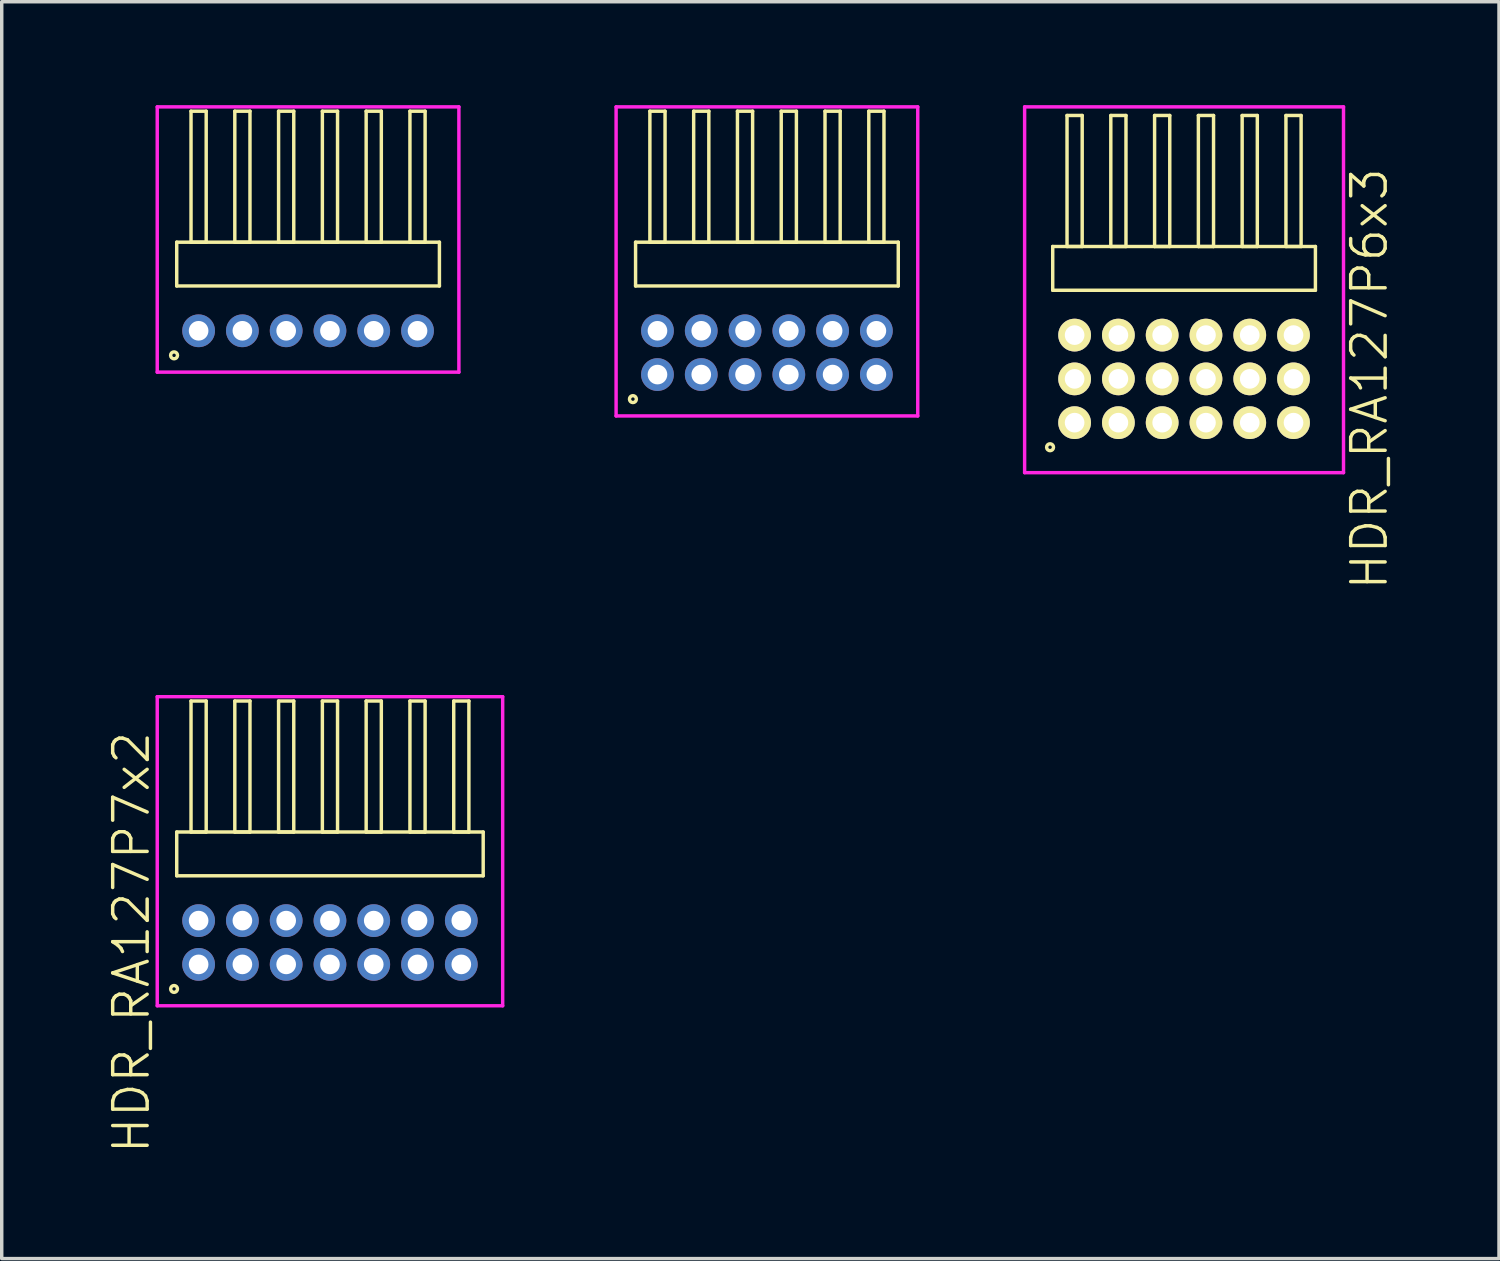
<source format=kicad_pcb>
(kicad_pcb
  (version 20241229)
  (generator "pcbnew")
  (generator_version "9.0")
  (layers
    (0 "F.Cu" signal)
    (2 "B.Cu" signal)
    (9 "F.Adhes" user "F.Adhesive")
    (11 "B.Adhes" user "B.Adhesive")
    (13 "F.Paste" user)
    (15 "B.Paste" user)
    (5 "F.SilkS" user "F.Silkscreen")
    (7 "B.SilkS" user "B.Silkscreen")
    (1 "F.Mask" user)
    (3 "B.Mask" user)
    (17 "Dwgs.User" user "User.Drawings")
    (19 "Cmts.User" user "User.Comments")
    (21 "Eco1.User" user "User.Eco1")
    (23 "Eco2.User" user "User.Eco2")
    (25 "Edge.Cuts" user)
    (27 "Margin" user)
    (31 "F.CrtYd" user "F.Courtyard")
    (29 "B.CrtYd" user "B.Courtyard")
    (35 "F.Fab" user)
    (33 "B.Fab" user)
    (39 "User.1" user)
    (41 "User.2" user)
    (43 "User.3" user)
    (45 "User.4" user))
  (footprint "HDR_RA127P6x3"
    (layer "F.Cu")
    (at 31.296 7.94)
    (property "Reference" "HDR_RA127P6x3" (at 5.375 0 90) (layer "F.SilkS") (effects (font (size 1 1) (thickness 0.1))))
    (attr through_hole)
    (fp_line (start -3.81 -3.84) (end -3.81 -2.57) (stroke (width 0.1) (type solid)) (layer "F.SilkS"))
    (fp_line (start -3.81 -2.57) (end 3.81 -2.57) (stroke (width 0.1) (type solid)) (layer "F.SilkS"))
    (fp_line (start -3.395 -7.64) (end -3.395 -3.84) (stroke (width 0.1) (type solid)) (layer "F.SilkS"))
    (fp_line (start -3.395 -3.84) (end -2.955 -3.84) (stroke (width 0.1) (type solid)) (layer "F.SilkS"))
    (fp_line (start -2.955 -7.64) (end -3.395 -7.64) (stroke (width 0.1) (type solid)) (layer "F.SilkS"))
    (fp_line (start -2.955 -3.84) (end -2.955 -7.64) (stroke (width 0.1) (type solid)) (layer "F.SilkS"))
    (fp_line (start -2.125 -7.64) (end -2.125 -3.84) (stroke (width 0.1) (type solid)) (layer "F.SilkS"))
    (fp_line (start -2.125 -3.84) (end -1.685 -3.84) (stroke (width 0.1) (type solid)) (layer "F.SilkS"))
    (fp_line (start -1.685 -7.64) (end -2.125 -7.64) (stroke (width 0.1) (type solid)) (layer "F.SilkS"))
    (fp_line (start -1.685 -3.84) (end -1.685 -7.64) (stroke (width 0.1) (type solid)) (layer "F.SilkS"))
    (fp_line (start -0.855 -7.64) (end -0.855 -3.84) (stroke (width 0.1) (type solid)) (layer "F.SilkS"))
    (fp_line (start -0.855 -3.84) (end -0.415 -3.84) (stroke (width 0.1) (type solid)) (layer "F.SilkS"))
    (fp_line (start -0.415 -7.64) (end -0.855 -7.64) (stroke (width 0.1) (type solid)) (layer "F.SilkS"))
    (fp_line (start -0.415 -3.84) (end -0.415 -7.64) (stroke (width 0.1) (type solid)) (layer "F.SilkS"))
    (fp_line (start 0.415 -7.64) (end 0.415 -3.84) (stroke (width 0.1) (type solid)) (layer "F.SilkS"))
    (fp_line (start 0.415 -3.84) (end 0.855 -3.84) (stroke (width 0.1) (type solid)) (layer "F.SilkS"))
    (fp_line (start 0.855 -7.64) (end 0.415 -7.64) (stroke (width 0.1) (type solid)) (layer "F.SilkS"))
    (fp_line (start 0.855 -3.84) (end 0.855 -7.64) (stroke (width 0.1) (type solid)) (layer "F.SilkS"))
    (fp_line (start 1.685 -7.64) (end 1.685 -3.84) (stroke (width 0.1) (type solid)) (layer "F.SilkS"))
    (fp_line (start 1.685 -3.84) (end 2.125 -3.84) (stroke (width 0.1) (type solid)) (layer "F.SilkS"))
    (fp_line (start 2.125 -7.64) (end 1.685 -7.64) (stroke (width 0.1) (type solid)) (layer "F.SilkS"))
    (fp_line (start 2.125 -3.84) (end 2.125 -7.64) (stroke (width 0.1) (type solid)) (layer "F.SilkS"))
    (fp_line (start 2.955 -7.64) (end 2.955 -3.84) (stroke (width 0.1) (type solid)) (layer "F.SilkS"))
    (fp_line (start 2.955 -3.84) (end 3.395 -3.84) (stroke (width 0.1) (type solid)) (layer "F.SilkS"))
    (fp_line (start 3.395 -7.64) (end 2.955 -7.64) (stroke (width 0.1) (type solid)) (layer "F.SilkS"))
    (fp_line (start 3.395 -3.84) (end 3.395 -7.64) (stroke (width 0.1) (type solid)) (layer "F.SilkS"))
    (fp_line (start 3.81 -3.84) (end -3.81 -3.84) (stroke (width 0.1) (type solid)) (layer "F.SilkS"))
    (fp_line (start 3.81 -2.57) (end 3.81 -3.84) (stroke (width 0.1) (type solid)) (layer "F.SilkS"))
    (fp_circle (center -3.887 1.983) (end -3.787 1.983) (stroke (width 0.1) (type solid)) (fill no) (layer "F.SilkS"))
    (fp_line (start -4.625 -7.89) (end -4.625 2.72) (stroke (width 0.1) (type solid)) (layer "F.CrtYd"))
    (fp_line (start -4.625 2.72) (end 4.625 2.72) (stroke (width 0.1) (type solid)) (layer "F.CrtYd"))
    (fp_line (start 4.625 -7.89) (end -4.625 -7.89) (stroke (width 0.1) (type solid)) (layer "F.CrtYd"))
    (fp_line (start 4.625 2.72) (end 4.625 -7.89) (stroke (width 0.1) (type solid)) (layer "F.CrtYd"))
    (pad "1" thru_hole oval (at -3.175 1.27) (size 0.95 0.95) (drill 0.57) (layers "*.Cu" "*.Mask" "F.SilkS"))
    (pad "2" thru_hole oval (at -3.175 0) (size 0.95 0.95) (drill 0.57) (layers "*.Cu" "*.Mask" "F.SilkS"))
    (pad "3" thru_hole oval (at -3.175 -1.27) (size 0.95 0.95) (drill 0.57) (layers "*.Cu" "*.Mask" "F.SilkS"))
    (pad "4" thru_hole oval (at -1.905 1.27) (size 0.95 0.95) (drill 0.57) (layers "*.Cu" "*.Mask" "F.SilkS"))
    (pad "5" thru_hole oval (at -1.905 0) (size 0.95 0.95) (drill 0.57) (layers "*.Cu" "*.Mask" "F.SilkS"))
    (pad "6" thru_hole oval (at -1.905 -1.27) (size 0.95 0.95) (drill 0.57) (layers "*.Cu" "*.Mask" "F.SilkS"))
    (pad "7" thru_hole oval (at -0.635 1.27) (size 0.95 0.95) (drill 0.57) (layers "*.Cu" "*.Mask" "F.SilkS"))
    (pad "8" thru_hole oval (at -0.635 0) (size 0.95 0.95) (drill 0.57) (layers "*.Cu" "*.Mask" "F.SilkS"))
    (pad "9" thru_hole oval (at -0.635 -1.27) (size 0.95 0.95) (drill 0.57) (layers "*.Cu" "*.Mask" "F.SilkS"))
    (pad "10" thru_hole oval (at 0.635 1.27) (size 0.95 0.95) (drill 0.57) (layers "*.Cu" "*.Mask" "F.SilkS"))
    (pad "11" thru_hole oval (at 0.635 0) (size 0.95 0.95) (drill 0.57) (layers "*.Cu" "*.Mask" "F.SilkS"))
    (pad "12" thru_hole oval (at 0.635 -1.27) (size 0.95 0.95) (drill 0.57) (layers "*.Cu" "*.Mask" "F.SilkS"))
    (pad "13" thru_hole oval (at 1.905 1.27) (size 0.95 0.95) (drill 0.57) (layers "*.Cu" "*.Mask" "F.SilkS"))
    (pad "14" thru_hole oval (at 1.905 0) (size 0.95 0.95) (drill 0.57) (layers "*.Cu" "*.Mask" "F.SilkS"))
    (pad "15" thru_hole oval (at 1.905 -1.27) (size 0.95 0.95) (drill 0.57) (layers "*.Cu" "*.Mask" "F.SilkS"))
    (pad "16" thru_hole oval (at 3.175 1.27) (size 0.95 0.95) (drill 0.57) (layers "*.Cu" "*.Mask" "F.SilkS"))
    (pad "17" thru_hole oval (at 3.175 0) (size 0.95 0.95) (drill 0.57) (layers "*.Cu" "*.Mask" "F.SilkS"))
    (pad "18" thru_hole oval (at 3.175 -1.27) (size 0.95 0.95) (drill 0.57) (layers "*.Cu" "*.Mask" "F.SilkS")))
  (footprint "HDR_RA127P7x2"
    (layer "F.Cu")
    (at 6.521 24.289)
    (property "Reference" "HDR_RA127P7x2" (at -5.76 0 90) (layer "F.SilkS") (effects (font (size 1 1) (thickness 0.1))))
    (attr through_hole)
    (fp_line (start -4.445 -3.205) (end -4.445 -1.935) (stroke (width 0.1) (type solid)) (layer "F.SilkS"))
    (fp_line (start -4.445 -1.935) (end 4.445 -1.935) (stroke (width 0.1) (type solid)) (layer "F.SilkS"))
    (fp_line (start -4.03 -7.005) (end -4.03 -3.205) (stroke (width 0.1) (type solid)) (layer "F.SilkS"))
    (fp_line (start -4.03 -3.205) (end -3.59 -3.205) (stroke (width 0.1) (type solid)) (layer "F.SilkS"))
    (fp_line (start -3.59 -7.005) (end -4.03 -7.005) (stroke (width 0.1) (type solid)) (layer "F.SilkS"))
    (fp_line (start -3.59 -3.205) (end -3.59 -7.005) (stroke (width 0.1) (type solid)) (layer "F.SilkS"))
    (fp_line (start -2.76 -7.005) (end -2.76 -3.205) (stroke (width 0.1) (type solid)) (layer "F.SilkS"))
    (fp_line (start -2.76 -3.205) (end -2.32 -3.205) (stroke (width 0.1) (type solid)) (layer "F.SilkS"))
    (fp_line (start -2.32 -7.005) (end -2.76 -7.005) (stroke (width 0.1) (type solid)) (layer "F.SilkS"))
    (fp_line (start -2.32 -3.205) (end -2.32 -7.005) (stroke (width 0.1) (type solid)) (layer "F.SilkS"))
    (fp_line (start -1.49 -7.005) (end -1.49 -3.205) (stroke (width 0.1) (type solid)) (layer "F.SilkS"))
    (fp_line (start -1.49 -3.205) (end -1.05 -3.205) (stroke (width 0.1) (type solid)) (layer "F.SilkS"))
    (fp_line (start -1.05 -7.005) (end -1.49 -7.005) (stroke (width 0.1) (type solid)) (layer "F.SilkS"))
    (fp_line (start -1.05 -3.205) (end -1.05 -7.005) (stroke (width 0.1) (type solid)) (layer "F.SilkS"))
    (fp_line (start -0.22 -7.005) (end -0.22 -3.205) (stroke (width 0.1) (type solid)) (layer "F.SilkS"))
    (fp_line (start -0.22 -3.205) (end 0.22 -3.205) (stroke (width 0.1) (type solid)) (layer "F.SilkS"))
    (fp_line (start 0.22 -7.005) (end -0.22 -7.005) (stroke (width 0.1) (type solid)) (layer "F.SilkS"))
    (fp_line (start 0.22 -3.205) (end 0.22 -7.005) (stroke (width 0.1) (type solid)) (layer "F.SilkS"))
    (fp_line (start 1.05 -7.005) (end 1.05 -3.205) (stroke (width 0.1) (type solid)) (layer "F.SilkS"))
    (fp_line (start 1.05 -3.205) (end 1.49 -3.205) (stroke (width 0.1) (type solid)) (layer "F.SilkS"))
    (fp_line (start 1.49 -7.005) (end 1.05 -7.005) (stroke (width 0.1) (type solid)) (layer "F.SilkS"))
    (fp_line (start 1.49 -3.205) (end 1.49 -7.005) (stroke (width 0.1) (type solid)) (layer "F.SilkS"))
    (fp_line (start 2.32 -7.005) (end 2.32 -3.205) (stroke (width 0.1) (type solid)) (layer "F.SilkS"))
    (fp_line (start 2.32 -3.205) (end 2.76 -3.205) (stroke (width 0.1) (type solid)) (layer "F.SilkS"))
    (fp_line (start 2.76 -7.005) (end 2.32 -7.005) (stroke (width 0.1) (type solid)) (layer "F.SilkS"))
    (fp_line (start 2.76 -3.205) (end 2.76 -7.005) (stroke (width 0.1) (type solid)) (layer "F.SilkS"))
    (fp_line (start 3.59 -7.005) (end 3.59 -3.205) (stroke (width 0.1) (type solid)) (layer "F.SilkS"))
    (fp_line (start 3.59 -3.205) (end 4.03 -3.205) (stroke (width 0.1) (type solid)) (layer "F.SilkS"))
    (fp_line (start 4.03 -7.005) (end 3.59 -7.005) (stroke (width 0.1) (type solid)) (layer "F.SilkS"))
    (fp_line (start 4.03 -3.205) (end 4.03 -7.005) (stroke (width 0.1) (type solid)) (layer "F.SilkS"))
    (fp_line (start 4.445 -3.205) (end -4.445 -3.205) (stroke (width 0.1) (type solid)) (layer "F.SilkS"))
    (fp_line (start 4.445 -1.935) (end 4.445 -3.205) (stroke (width 0.1) (type solid)) (layer "F.SilkS"))
    (fp_circle (center -4.522 1.347) (end -4.423 1.347) (stroke (width 0.1) (type solid)) (fill no) (layer "F.SilkS"))
    (fp_line (start -5.01 -7.13) (end -5.01 1.835) (stroke (width 0.1) (type solid)) (layer "F.CrtYd"))
    (fp_line (start -5.01 1.835) (end 5.01 1.835) (stroke (width 0.1) (type solid)) (layer "F.CrtYd"))
    (fp_line (start 5.01 -7.13) (end -5.01 -7.13) (stroke (width 0.1) (type solid)) (layer "F.CrtYd"))
    (fp_line (start 5.01 1.835) (end 5.01 -7.13) (stroke (width 0.1) (type solid)) (layer "F.CrtYd"))
    (pad "1" thru_hole oval (at -3.81 0.635) (size 0.95 0.95) (drill 0.57) (layers "*.Cu" "*.Mask"))
    (pad "2" thru_hole oval (at -3.81 -0.635) (size 0.95 0.95) (drill 0.57) (layers "*.Cu" "*.Mask"))
    (pad "3" thru_hole oval (at -2.54 0.635) (size 0.95 0.95) (drill 0.57) (layers "*.Cu" "*.Mask"))
    (pad "4" thru_hole oval (at -2.54 -0.635) (size 0.95 0.95) (drill 0.57) (layers "*.Cu" "*.Mask"))
    (pad "5" thru_hole oval (at -1.27 0.635) (size 0.95 0.95) (drill 0.57) (layers "*.Cu" "*.Mask"))
    (pad "6" thru_hole oval (at -1.27 -0.635) (size 0.95 0.95) (drill 0.57) (layers "*.Cu" "*.Mask"))
    (pad "7" thru_hole oval (at 0 0.635) (size 0.95 0.95) (drill 0.57) (layers "*.Cu" "*.Mask"))
    (pad "8" thru_hole oval (at 0 -0.635) (size 0.95 0.95) (drill 0.57) (layers "*.Cu" "*.Mask"))
    (pad "9" thru_hole oval (at 1.27 0.635) (size 0.95 0.95) (drill 0.57) (layers "*.Cu" "*.Mask"))
    (pad "10" thru_hole oval (at 1.27 -0.635) (size 0.95 0.95) (drill 0.57) (layers "*.Cu" "*.Mask"))
    (pad "11" thru_hole oval (at 2.54 0.635) (size 0.95 0.95) (drill 0.57) (layers "*.Cu" "*.Mask"))
    (pad "12" thru_hole oval (at 2.54 -0.635) (size 0.95 0.95) (drill 0.57) (layers "*.Cu" "*.Mask"))
    (pad "13" thru_hole oval (at 3.81 0.635) (size 0.95 0.95) (drill 0.57) (layers "*.Cu" "*.Mask"))
    (pad "14" thru_hole oval (at 3.81 -0.635) (size 0.95 0.95) (drill 0.57) (layers "*.Cu" "*.Mask")))
  (footprint "HDR_RA127P6x1"
    (layer "F.Cu")
    (at 5.886 6.545)
    (property "Reference" "HDR_RA127P6x1" (at -5.125 0 90) (layer "User.1") (effects (font (size 1 1) (thickness 0.1))))
    (attr through_hole)
    (fp_line (start -3.81 -2.57) (end -3.81 -1.3) (stroke (width 0.1) (type solid)) (layer "F.SilkS"))
    (fp_line (start -3.81 -1.3) (end 3.81 -1.3) (stroke (width 0.1) (type solid)) (layer "F.SilkS"))
    (fp_line (start -3.395 -6.37) (end -3.395 -2.57) (stroke (width 0.1) (type solid)) (layer "F.SilkS"))
    (fp_line (start -3.395 -2.57) (end -2.955 -2.57) (stroke (width 0.1) (type solid)) (layer "F.SilkS"))
    (fp_line (start -2.955 -6.37) (end -3.395 -6.37) (stroke (width 0.1) (type solid)) (layer "F.SilkS"))
    (fp_line (start -2.955 -2.57) (end -2.955 -6.37) (stroke (width 0.1) (type solid)) (layer "F.SilkS"))
    (fp_line (start -2.125 -6.37) (end -2.125 -2.57) (stroke (width 0.1) (type solid)) (layer "F.SilkS"))
    (fp_line (start -2.125 -2.57) (end -1.685 -2.57) (stroke (width 0.1) (type solid)) (layer "F.SilkS"))
    (fp_line (start -1.685 -6.37) (end -2.125 -6.37) (stroke (width 0.1) (type solid)) (layer "F.SilkS"))
    (fp_line (start -1.685 -2.57) (end -1.685 -6.37) (stroke (width 0.1) (type solid)) (layer "F.SilkS"))
    (fp_line (start -0.855 -6.37) (end -0.855 -2.57) (stroke (width 0.1) (type solid)) (layer "F.SilkS"))
    (fp_line (start -0.855 -2.57) (end -0.415 -2.57) (stroke (width 0.1) (type solid)) (layer "F.SilkS"))
    (fp_line (start -0.415 -6.37) (end -0.855 -6.37) (stroke (width 0.1) (type solid)) (layer "F.SilkS"))
    (fp_line (start -0.415 -2.57) (end -0.415 -6.37) (stroke (width 0.1) (type solid)) (layer "F.SilkS"))
    (fp_line (start 0.415 -6.37) (end 0.415 -2.57) (stroke (width 0.1) (type solid)) (layer "F.SilkS"))
    (fp_line (start 0.415 -2.57) (end 0.855 -2.57) (stroke (width 0.1) (type solid)) (layer "F.SilkS"))
    (fp_line (start 0.855 -6.37) (end 0.415 -6.37) (stroke (width 0.1) (type solid)) (layer "F.SilkS"))
    (fp_line (start 0.855 -2.57) (end 0.855 -6.37) (stroke (width 0.1) (type solid)) (layer "F.SilkS"))
    (fp_line (start 1.685 -6.37) (end 1.685 -2.57) (stroke (width 0.1) (type solid)) (layer "F.SilkS"))
    (fp_line (start 1.685 -2.57) (end 2.125 -2.57) (stroke (width 0.1) (type solid)) (layer "F.SilkS"))
    (fp_line (start 2.125 -6.37) (end 1.685 -6.37) (stroke (width 0.1) (type solid)) (layer "F.SilkS"))
    (fp_line (start 2.125 -2.57) (end 2.125 -6.37) (stroke (width 0.1) (type solid)) (layer "F.SilkS"))
    (fp_line (start 2.955 -6.37) (end 2.955 -2.57) (stroke (width 0.1) (type solid)) (layer "F.SilkS"))
    (fp_line (start 2.955 -2.57) (end 3.395 -2.57) (stroke (width 0.1) (type solid)) (layer "F.SilkS"))
    (fp_line (start 3.395 -6.37) (end 2.955 -6.37) (stroke (width 0.1) (type solid)) (layer "F.SilkS"))
    (fp_line (start 3.395 -2.57) (end 3.395 -6.37) (stroke (width 0.1) (type solid)) (layer "F.SilkS"))
    (fp_line (start 3.81 -2.57) (end -3.81 -2.57) (stroke (width 0.1) (type solid)) (layer "F.SilkS"))
    (fp_line (start 3.81 -1.3) (end 3.81 -2.57) (stroke (width 0.1) (type solid)) (layer "F.SilkS"))
    (fp_circle (center -3.887 0.712) (end -3.787 0.712) (stroke (width 0.1) (type solid)) (fill no) (layer "F.SilkS"))
    (fp_line (start -4.375 -6.495) (end -4.375 1.2) (stroke (width 0.1) (type solid)) (layer "F.CrtYd"))
    (fp_line (start -4.375 1.2) (end 4.375 1.2) (stroke (width 0.1) (type solid)) (layer "F.CrtYd"))
    (fp_line (start 4.375 -6.495) (end -4.375 -6.495) (stroke (width 0.1) (type solid)) (layer "F.CrtYd"))
    (fp_line (start 4.375 1.2) (end 4.375 -6.495) (stroke (width 0.1) (type solid)) (layer "F.CrtYd"))
    (pad "1" thru_hole oval (at -3.175 0) (size 0.95 0.95) (drill 0.57) (layers "*.Cu" "*.Mask"))
    (pad "2" thru_hole oval (at -1.905 0) (size 0.95 0.95) (drill 0.57) (layers "*.Cu" "*.Mask"))
    (pad "3" thru_hole oval (at -0.635 0) (size 0.95 0.95) (drill 0.57) (layers "*.Cu" "*.Mask"))
    (pad "4" thru_hole oval (at 0.635 0) (size 0.95 0.95) (drill 0.57) (layers "*.Cu" "*.Mask"))
    (pad "5" thru_hole oval (at 1.905 0) (size 0.95 0.95) (drill 0.57) (layers "*.Cu" "*.Mask"))
    (pad "6" thru_hole oval (at 3.175 0) (size 0.95 0.95) (drill 0.57) (layers "*.Cu" "*.Mask")))
  (footprint "HDR_RA127P6x2"
    (layer "F.Cu")
    (at 19.196 7.18)
    (property "Reference" "HDR_RA127P6x2" (at -5.125 0 90) (layer "User.1") (effects (font (size 1 1) (thickness 0.1))))
    (attr through_hole)
    (fp_line (start -3.81 -3.205) (end -3.81 -1.935) (stroke (width 0.1) (type solid)) (layer "F.SilkS"))
    (fp_line (start -3.81 -1.935) (end 3.81 -1.935) (stroke (width 0.1) (type solid)) (layer "F.SilkS"))
    (fp_line (start -3.395 -7.005) (end -3.395 -3.205) (stroke (width 0.1) (type solid)) (layer "F.SilkS"))
    (fp_line (start -3.395 -3.205) (end -2.955 -3.205) (stroke (width 0.1) (type solid)) (layer "F.SilkS"))
    (fp_line (start -2.955 -7.005) (end -3.395 -7.005) (stroke (width 0.1) (type solid)) (layer "F.SilkS"))
    (fp_line (start -2.955 -3.205) (end -2.955 -7.005) (stroke (width 0.1) (type solid)) (layer "F.SilkS"))
    (fp_line (start -2.125 -7.005) (end -2.125 -3.205) (stroke (width 0.1) (type solid)) (layer "F.SilkS"))
    (fp_line (start -2.125 -3.205) (end -1.685 -3.205) (stroke (width 0.1) (type solid)) (layer "F.SilkS"))
    (fp_line (start -1.685 -7.005) (end -2.125 -7.005) (stroke (width 0.1) (type solid)) (layer "F.SilkS"))
    (fp_line (start -1.685 -3.205) (end -1.685 -7.005) (stroke (width 0.1) (type solid)) (layer "F.SilkS"))
    (fp_line (start -0.855 -7.005) (end -0.855 -3.205) (stroke (width 0.1) (type solid)) (layer "F.SilkS"))
    (fp_line (start -0.855 -3.205) (end -0.415 -3.205) (stroke (width 0.1) (type solid)) (layer "F.SilkS"))
    (fp_line (start -0.415 -7.005) (end -0.855 -7.005) (stroke (width 0.1) (type solid)) (layer "F.SilkS"))
    (fp_line (start -0.415 -3.205) (end -0.415 -7.005) (stroke (width 0.1) (type solid)) (layer "F.SilkS"))
    (fp_line (start 0.415 -7.005) (end 0.415 -3.205) (stroke (width 0.1) (type solid)) (layer "F.SilkS"))
    (fp_line (start 0.415 -3.205) (end 0.855 -3.205) (stroke (width 0.1) (type solid)) (layer "F.SilkS"))
    (fp_line (start 0.855 -7.005) (end 0.415 -7.005) (stroke (width 0.1) (type solid)) (layer "F.SilkS"))
    (fp_line (start 0.855 -3.205) (end 0.855 -7.005) (stroke (width 0.1) (type solid)) (layer "F.SilkS"))
    (fp_line (start 1.685 -7.005) (end 1.685 -3.205) (stroke (width 0.1) (type solid)) (layer "F.SilkS"))
    (fp_line (start 1.685 -3.205) (end 2.125 -3.205) (stroke (width 0.1) (type solid)) (layer "F.SilkS"))
    (fp_line (start 2.125 -7.005) (end 1.685 -7.005) (stroke (width 0.1) (type solid)) (layer "F.SilkS"))
    (fp_line (start 2.125 -3.205) (end 2.125 -7.005) (stroke (width 0.1) (type solid)) (layer "F.SilkS"))
    (fp_line (start 2.955 -7.005) (end 2.955 -3.205) (stroke (width 0.1) (type solid)) (layer "F.SilkS"))
    (fp_line (start 2.955 -3.205) (end 3.395 -3.205) (stroke (width 0.1) (type solid)) (layer "F.SilkS"))
    (fp_line (start 3.395 -7.005) (end 2.955 -7.005) (stroke (width 0.1) (type solid)) (layer "F.SilkS"))
    (fp_line (start 3.395 -3.205) (end 3.395 -7.005) (stroke (width 0.1) (type solid)) (layer "F.SilkS"))
    (fp_line (start 3.81 -3.205) (end -3.81 -3.205) (stroke (width 0.1) (type solid)) (layer "F.SilkS"))
    (fp_line (start 3.81 -1.935) (end 3.81 -3.205) (stroke (width 0.1) (type solid)) (layer "F.SilkS"))
    (fp_circle (center -3.887 1.347) (end -3.787 1.347) (stroke (width 0.1) (type solid)) (fill no) (layer "F.SilkS"))
    (fp_line (start -4.375 -7.13) (end -4.375 1.835) (stroke (width 0.1) (type solid)) (layer "F.CrtYd"))
    (fp_line (start -4.375 1.835) (end 4.375 1.835) (stroke (width 0.1) (type solid)) (layer "F.CrtYd"))
    (fp_line (start 4.375 -7.13) (end -4.375 -7.13) (stroke (width 0.1) (type solid)) (layer "F.CrtYd"))
    (fp_line (start 4.375 1.835) (end 4.375 -7.13) (stroke (width 0.1) (type solid)) (layer "F.CrtYd"))
    (pad "1" thru_hole oval (at -3.175 0.635) (size 0.95 0.95) (drill 0.57) (layers "*.Cu" "*.Mask"))
    (pad "2" thru_hole oval (at -3.175 -0.635) (size 0.95 0.95) (drill 0.57) (layers "*.Cu" "*.Mask"))
    (pad "3" thru_hole oval (at -1.905 0.635) (size 0.95 0.95) (drill 0.57) (layers "*.Cu" "*.Mask"))
    (pad "4" thru_hole oval (at -1.905 -0.635) (size 0.95 0.95) (drill 0.57) (layers "*.Cu" "*.Mask"))
    (pad "5" thru_hole oval (at -0.635 0.635) (size 0.95 0.95) (drill 0.57) (layers "*.Cu" "*.Mask"))
    (pad "6" thru_hole oval (at -0.635 -0.635) (size 0.95 0.95) (drill 0.57) (layers "*.Cu" "*.Mask"))
    (pad "7" thru_hole oval (at 0.635 0.635) (size 0.95 0.95) (drill 0.57) (layers "*.Cu" "*.Mask"))
    (pad "8" thru_hole oval (at 0.635 -0.635) (size 0.95 0.95) (drill 0.57) (layers "*.Cu" "*.Mask"))
    (pad "9" thru_hole oval (at 1.905 0.635) (size 0.95 0.95) (drill 0.57) (layers "*.Cu" "*.Mask"))
    (pad "10" thru_hole oval (at 1.905 -0.635) (size 0.95 0.95) (drill 0.57) (layers "*.Cu" "*.Mask"))
    (pad "11" thru_hole oval (at 3.175 0.635) (size 0.95 0.95) (drill 0.57) (layers "*.Cu" "*.Mask"))
    (pad "12" thru_hole oval (at 3.175 -0.635) (size 0.95 0.95) (drill 0.57) (layers "*.Cu" "*.Mask")))
  (gr_rect
    (start -3 -3)
    (end 40.431 33.458)
    (stroke (width 0.1) (type default))
    (fill no)
    (layer "Edge.Cuts")))
</source>
